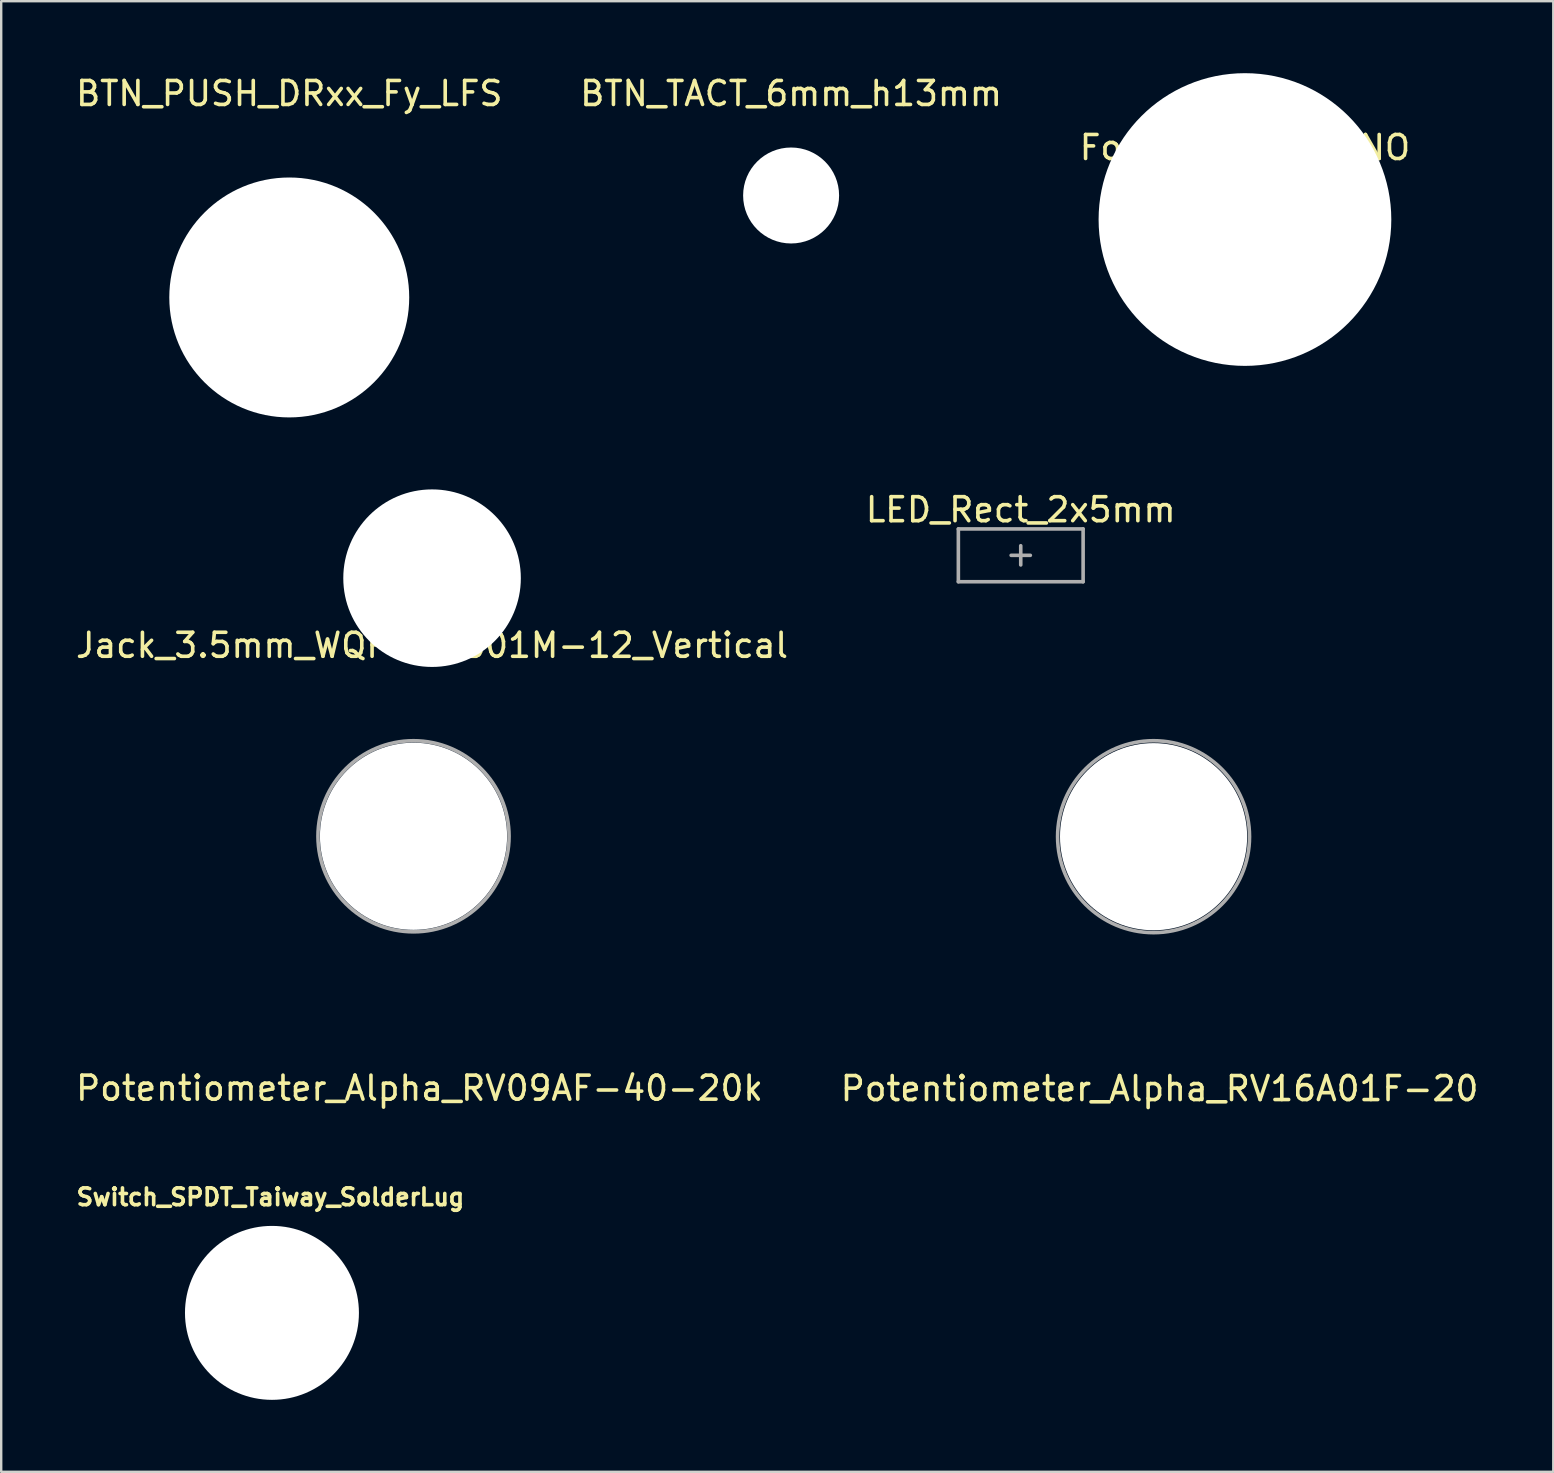
<source format=kicad_pcb>
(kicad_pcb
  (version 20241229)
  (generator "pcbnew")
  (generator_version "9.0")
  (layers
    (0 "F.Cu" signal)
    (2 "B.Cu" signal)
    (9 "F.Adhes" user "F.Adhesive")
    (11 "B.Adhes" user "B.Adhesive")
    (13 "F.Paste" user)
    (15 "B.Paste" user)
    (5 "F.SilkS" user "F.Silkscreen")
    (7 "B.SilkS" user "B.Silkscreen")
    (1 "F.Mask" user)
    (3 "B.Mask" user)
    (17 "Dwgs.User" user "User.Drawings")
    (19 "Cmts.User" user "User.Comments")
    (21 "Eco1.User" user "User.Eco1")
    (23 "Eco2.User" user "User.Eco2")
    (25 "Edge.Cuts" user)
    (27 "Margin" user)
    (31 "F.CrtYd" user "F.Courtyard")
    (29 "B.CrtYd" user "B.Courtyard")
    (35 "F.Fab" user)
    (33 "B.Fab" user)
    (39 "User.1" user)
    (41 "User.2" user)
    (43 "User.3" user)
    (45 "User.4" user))
  (footprint "Potentiometer_Alpha_RV16A01F-20"
    (layer "F.Cu")
    (at 45.03 31.823)
    (property "Reference" "Potentiometer_Alpha_RV16A01F-20" (at 0.25 10.5 0) (layer "F.SilkS") (effects (font (size 1 1) (thickness 0.15))))
    (attr through_hole)
    (fp_line (start -0.5 0) (end 0.5 0) (stroke (width 0.15) (type solid)) (layer "F.Fab"))
    (fp_line (start 0 -0.5) (end 0 0.5) (stroke (width 0.15) (type solid)) (layer "F.Fab"))
    (fp_circle (center 0 0) (end 4 0) (stroke (width 0.15) (type solid)) (fill no) (layer "F.Fab"))
    (pad "" np_thru_hole circle (at 0 0) (size 7.8 7.8) (drill 7.8) (layers "*.Cu" "*.Mask")))
  (footprint "Potentiometer_Alpha_RV09AF-40-20k"
    (layer "F.Cu")
    (at 14.185 31.806)
    (property "Reference" "Potentiometer_Alpha_RV09AF-40-20k" (at 0.25 10.5 0) (layer "F.SilkS") (effects (font (size 1 1) (thickness 0.15))))
    (attr through_hole)
    (fp_line (start -0.5 0) (end 0.5 0) (stroke (width 0.15) (type solid)) (layer "F.Fab"))
    (fp_line (start 0 -0.5) (end 0 0.5) (stroke (width 0.15) (type solid)) (layer "F.Fab"))
    (fp_circle (center 0 0) (end 3.1 -2.5) (stroke (width 0.15) (type solid)) (fill no) (layer "F.Fab"))
    (pad "" np_thru_hole circle (at 0 0) (size 7.8 7.8) (drill 7.8) (layers "*.Cu" "*.Mask")))
  (footprint "Footswitch_SoftNO"
    (layer "F.Cu")
    (at 48.839 6.1)
    (property "Reference" "Footswitch_SoftNO" (at 0 -3 0) (layer "F.SilkS") (effects (font (size 1 1) (thickness 0.15))))
    (attr through_hole)
    (pad "" np_thru_hole circle (at 0 0) (size 12.2 12.2) (drill 12.2) (layers "*.Cu" "*.Mask")))
  (footprint "BTN_TACT_6mm_h13mm"
    (layer "F.Cu")
    (at 29.923 5.098)
    (property "Reference" "BTN_TACT_6mm_h13mm" (at 0 -4.25 0) (layer "F.SilkS") (effects (font (size 1 1) (thickness 0.15))))
    (attr through_hole)
    (pad "" np_thru_hole circle (at 0 0) (size 4 4) (drill 4) (layers "*.Cu" "*.Mask" "B.Paste")))
  (footprint "Jack_3.5mm_WQP-PJ301M-12_Vertical"
    (layer "F.Cu")
    (at 14.958 21.048)
    (property "Reference" "Jack_3.5mm_WQP-PJ301M-12_Vertical" (at 0 2.8 0) (layer "F.SilkS") (effects (font (size 1 1) (thickness 0.15))))
    (attr through_hole)
    (pad "" np_thru_hole circle (at 0 0) (size 7.4 7.4) (drill 7.4) (layers "*.Cu" "*.Mask")))
  (footprint "Switch_SPDT_Taiway_SolderLug"
    (layer "F.Cu")
    (at 8.285 51.67)
    (property "Reference" "Switch_SPDT_Taiway_SolderLug" (at -0.064 -4.826 0) (layer "F.SilkS") (effects (font (size 0.7 0.7) (thickness 0.15))))
    (attr through_hole)
    (pad "" np_thru_hole circle (at 0 0) (size 7.25 7.25) (drill 7.25) (layers "*.Cu" "*.Mask" "B.Paste")))
  (footprint "BTN_PUSH_DRxx_Fy_LFS"
    (layer "F.Cu")
    (at 9.006 9.348)
    (property "Reference" "BTN_PUSH_DRxx_Fy_LFS" (at 0 -8.5 0) (layer "F.SilkS") (effects (font (size 1 1) (thickness 0.15))))
    (attr through_hole)
    (pad "" np_thru_hole circle (at 0 0) (size 10 10) (drill 10) (layers "*.Cu" "*.Mask" "B.Paste")))
  (footprint "LED_Rect_2x5mm"
    (layer "F.Cu")
    (at 39.494 20.096)
    (property "Reference" "LED_Rect_2x5mm" (at 0 -1.9 0) (layer "F.SilkS") (effects (font (size 1 1) (thickness 0.15))))
    (attr through_hole)
    (fp_line (start -2.6 -1.1) (end -2.6 1.1) (stroke (width 0.15) (type solid)) (layer "F.Fab"))
    (fp_line (start -2.6 -1.1) (end 2.6 -1.1) (stroke (width 0.15) (type solid)) (layer "F.Fab"))
    (fp_line (start -0.4 0) (end 0.4 0) (stroke (width 0.15) (type solid)) (layer "F.Fab"))
    (fp_line (start 0 -0.4) (end 0 0.4) (stroke (width 0.15) (type solid)) (layer "F.Fab"))
    (fp_line (start 2.6 -1.1) (end 2.6 1.1) (stroke (width 0.15) (type solid)) (layer "F.Fab"))
    (fp_line (start 2.6 1.1) (end -2.6 1.1) (stroke (width 0.15) (type solid)) (layer "F.Fab")))
  (gr_rect
    (start -3 -3)
    (end 61.69 58.295)
    (stroke (width 0.1) (type default))
    (fill no)
    (layer "Edge.Cuts")))
</source>
